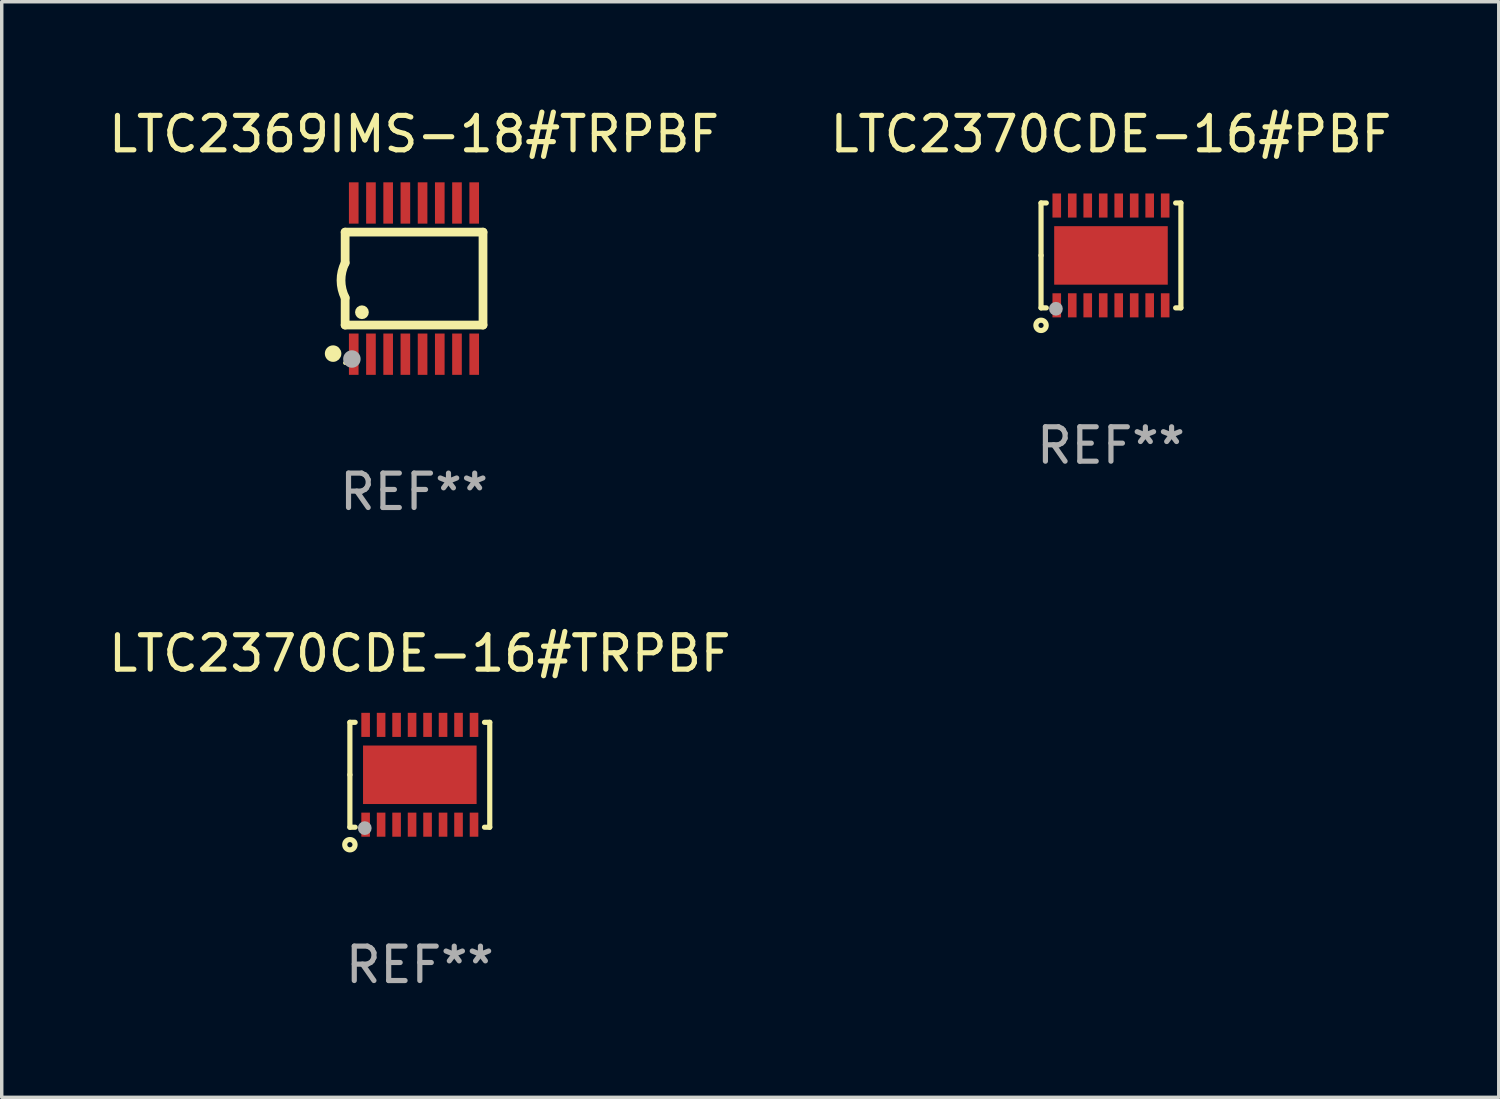
<source format=kicad_pcb>
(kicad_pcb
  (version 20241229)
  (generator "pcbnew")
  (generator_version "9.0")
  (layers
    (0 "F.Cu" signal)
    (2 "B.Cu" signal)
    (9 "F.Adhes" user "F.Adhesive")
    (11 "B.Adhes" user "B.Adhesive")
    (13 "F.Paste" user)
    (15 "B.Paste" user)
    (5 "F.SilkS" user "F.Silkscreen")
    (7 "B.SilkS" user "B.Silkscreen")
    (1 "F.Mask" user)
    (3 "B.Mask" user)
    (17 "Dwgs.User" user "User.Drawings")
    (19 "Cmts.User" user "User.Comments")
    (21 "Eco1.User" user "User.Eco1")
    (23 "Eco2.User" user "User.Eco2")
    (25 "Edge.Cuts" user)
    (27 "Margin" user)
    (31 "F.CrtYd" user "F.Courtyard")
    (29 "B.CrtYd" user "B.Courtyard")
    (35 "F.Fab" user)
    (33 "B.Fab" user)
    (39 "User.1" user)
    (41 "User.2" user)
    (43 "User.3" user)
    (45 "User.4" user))
  (footprint "LTC2370CDE-16#PBF"
    (layer "F.Cu")
    (at 29.232 4.372)
    (property "Reference" "LTC2370CDE-16#PBF" (at 0 -3.524 0) (layer "F.SilkS") (effects (font (size 1 1) (thickness 0.15))))
    (attr through_hole)
    (fp_line (start -2.032 -1.524) (end -1.879 -1.524) (stroke (width 0.15) (type solid)) (layer "F.SilkS"))
    (fp_line (start -2.032 0) (end -2.032 -1.524) (stroke (width 0.15) (type solid)) (layer "F.SilkS"))
    (fp_line (start -2.032 1.524) (end -2.032 0) (stroke (width 0.15) (type solid)) (layer "F.SilkS"))
    (fp_line (start -1.879 1.524) (end -2.032 1.524) (stroke (width 0.15) (type solid)) (layer "F.SilkS"))
    (fp_line (start 1.879 -1.524) (end 2.032 -1.524) (stroke (width 0.15) (type solid)) (layer "F.SilkS"))
    (fp_line (start 2.032 -1.524) (end 2.032 1.524) (stroke (width 0.15) (type solid)) (layer "F.SilkS"))
    (fp_line (start 2.032 1.524) (end 1.879 1.524) (stroke (width 0.15) (type solid)) (layer "F.SilkS"))
    (fp_circle (center -2.032 2.032) (end -1.882 2.032) (stroke (width 0.15) (type solid)) (fill no) (layer "F.SilkS"))
    (fp_circle (center -2 1.5) (end -1.97 1.5) (stroke (width 0.06) (type solid)) (fill no) (layer "F.SilkS"))
    (fp_circle (center -1.6 1.55) (end -1.5 1.55) (stroke (width 0.2) (type solid)) (fill no) (layer "F.Fab"))
    (fp_text user "REF**" (at 0 5.524 0) (layer "F.Fab") (effects (font (size 1 1) (thickness 0.15))))
    (pad "1" smd rect (at -1.575 1.45 90) (size 0.7 0.25) (layers "F.Cu" "F.Mask" "F.Paste"))
    (pad "2" smd rect (at -1.125 1.45 90) (size 0.7 0.25) (layers "F.Cu" "F.Mask" "F.Paste"))
    (pad "3" smd rect (at -0.675 1.45 90) (size 0.7 0.25) (layers "F.Cu" "F.Mask" "F.Paste"))
    (pad "4" smd rect (at -0.225 1.45 90) (size 0.7 0.25) (layers "F.Cu" "F.Mask" "F.Paste"))
    (pad "5" smd rect (at 0.225 1.45 90) (size 0.7 0.25) (layers "F.Cu" "F.Mask" "F.Paste"))
    (pad "6" smd rect (at 0.675 1.45 90) (size 0.7 0.25) (layers "F.Cu" "F.Mask" "F.Paste"))
    (pad "7" smd rect (at 1.125 1.45 90) (size 0.7 0.25) (layers "F.Cu" "F.Mask" "F.Paste"))
    (pad "8" smd rect (at 1.575 1.45 90) (size 0.7 0.25) (layers "F.Cu" "F.Mask" "F.Paste"))
    (pad "9" smd rect (at 1.575 -1.45 90) (size 0.7 0.25) (layers "F.Cu" "F.Mask" "F.Paste"))
    (pad "10" smd rect (at 1.125 -1.45 90) (size 0.7 0.25) (layers "F.Cu" "F.Mask" "F.Paste"))
    (pad "11" smd rect (at 0.675 -1.45 90) (size 0.7 0.25) (layers "F.Cu" "F.Mask" "F.Paste"))
    (pad "12" smd rect (at 0.225 -1.45 90) (size 0.7 0.25) (layers "F.Cu" "F.Mask" "F.Paste"))
    (pad "13" smd rect (at -0.225 -1.45 90) (size 0.7 0.25) (layers "F.Cu" "F.Mask" "F.Paste"))
    (pad "14" smd rect (at -0.675 -1.45 90) (size 0.7 0.25) (layers "F.Cu" "F.Mask" "F.Paste"))
    (pad "15" smd rect (at -1.125 -1.45 90) (size 0.7 0.25) (layers "F.Cu" "F.Mask" "F.Paste"))
    (pad "16" smd rect (at -1.575 -1.45 90) (size 0.7 0.25) (layers "F.Cu" "F.Mask" "F.Paste"))
    (pad "17" smd rect (at 0.000127 0 90) (size 1.7 3.3) (layers "F.Cu" "F.Mask" "F.Paste")))
  (footprint "LTC2370CDE-16#TRPBF"
    (layer "F.Cu")
    (at 9.149 19.463)
    (property "Reference" "LTC2370CDE-16#TRPBF" (at 0 -3.524 0) (layer "F.SilkS") (effects (font (size 1 1) (thickness 0.15))))
    (attr through_hole)
    (fp_line (start -2.032 -1.524) (end -1.879 -1.524) (stroke (width 0.15) (type solid)) (layer "F.SilkS"))
    (fp_line (start -2.032 0) (end -2.032 -1.524) (stroke (width 0.15) (type solid)) (layer "F.SilkS"))
    (fp_line (start -2.032 1.524) (end -2.032 0) (stroke (width 0.15) (type solid)) (layer "F.SilkS"))
    (fp_line (start -1.879 1.524) (end -2.032 1.524) (stroke (width 0.15) (type solid)) (layer "F.SilkS"))
    (fp_line (start 1.879 -1.524) (end 2.032 -1.524) (stroke (width 0.15) (type solid)) (layer "F.SilkS"))
    (fp_line (start 2.032 -1.524) (end 2.032 1.524) (stroke (width 0.15) (type solid)) (layer "F.SilkS"))
    (fp_line (start 2.032 1.524) (end 1.879 1.524) (stroke (width 0.15) (type solid)) (layer "F.SilkS"))
    (fp_circle (center -2.032 2.032) (end -1.882 2.032) (stroke (width 0.15) (type solid)) (fill no) (layer "F.SilkS"))
    (fp_circle (center -2 1.5) (end -1.97 1.5) (stroke (width 0.06) (type solid)) (fill no) (layer "F.SilkS"))
    (fp_circle (center -1.6 1.55) (end -1.5 1.55) (stroke (width 0.2) (type solid)) (fill no) (layer "F.Fab"))
    (fp_text user "REF**" (at 0 5.524 0) (layer "F.Fab") (effects (font (size 1 1) (thickness 0.15))))
    (pad "1" smd rect (at -1.575 1.45 90) (size 0.7 0.25) (layers "F.Cu" "F.Mask" "F.Paste"))
    (pad "2" smd rect (at -1.125 1.45 90) (size 0.7 0.25) (layers "F.Cu" "F.Mask" "F.Paste"))
    (pad "3" smd rect (at -0.675 1.45 90) (size 0.7 0.25) (layers "F.Cu" "F.Mask" "F.Paste"))
    (pad "4" smd rect (at -0.225 1.45 90) (size 0.7 0.25) (layers "F.Cu" "F.Mask" "F.Paste"))
    (pad "5" smd rect (at 0.225 1.45 90) (size 0.7 0.25) (layers "F.Cu" "F.Mask" "F.Paste"))
    (pad "6" smd rect (at 0.675 1.45 90) (size 0.7 0.25) (layers "F.Cu" "F.Mask" "F.Paste"))
    (pad "7" smd rect (at 1.125 1.45 90) (size 0.7 0.25) (layers "F.Cu" "F.Mask" "F.Paste"))
    (pad "8" smd rect (at 1.575 1.45 90) (size 0.7 0.25) (layers "F.Cu" "F.Mask" "F.Paste"))
    (pad "9" smd rect (at 1.575 -1.45 90) (size 0.7 0.25) (layers "F.Cu" "F.Mask" "F.Paste"))
    (pad "10" smd rect (at 1.125 -1.45 90) (size 0.7 0.25) (layers "F.Cu" "F.Mask" "F.Paste"))
    (pad "11" smd rect (at 0.675 -1.45 90) (size 0.7 0.25) (layers "F.Cu" "F.Mask" "F.Paste"))
    (pad "12" smd rect (at 0.225 -1.45 90) (size 0.7 0.25) (layers "F.Cu" "F.Mask" "F.Paste"))
    (pad "13" smd rect (at -0.225 -1.45 90) (size 0.7 0.25) (layers "F.Cu" "F.Mask" "F.Paste"))
    (pad "14" smd rect (at -0.675 -1.45 90) (size 0.7 0.25) (layers "F.Cu" "F.Mask" "F.Paste"))
    (pad "15" smd rect (at -1.125 -1.45 90) (size 0.7 0.25) (layers "F.Cu" "F.Mask" "F.Paste"))
    (pad "16" smd rect (at -1.575 -1.45 90) (size 0.7 0.25) (layers "F.Cu" "F.Mask" "F.Paste"))
    (pad "17" smd rect (at 0.000127 0 90) (size 1.7 3.3) (layers "F.Cu" "F.Mask" "F.Paste")))
  (footprint "LTC2369IMS-18#TRPBF"
    (layer "F.Cu")
    (at 8.982 5.045)
    (property "Reference" "LTC2369IMS-18#TRPBF" (at 0 -4.197 0) (layer "F.SilkS") (effects (font (size 1 1) (thickness 0.15))))
    (attr through_hole)
    (fp_line (start -2.003 -1.35) (end -2.003 -0.457) (stroke (width 0.254) (type solid)) (layer "F.SilkS"))
    (fp_line (start -2.003 -1.35) (end 2.003 -1.35) (stroke (width 0.254) (type solid)) (layer "F.SilkS"))
    (fp_line (start -2.003 1.35) (end -2.003 0.559) (stroke (width 0.254) (type solid)) (layer "F.SilkS"))
    (fp_line (start -2.003 1.35) (end 2.003 1.35) (stroke (width 0.254) (type solid)) (layer "F.SilkS"))
    (fp_line (start 2.003 -1.35) (end 2.003 1.35) (stroke (width 0.254) (type solid)) (layer "F.SilkS"))
    (fp_arc (start -2.002286 0.558802) (mid -2.122556 0.05092) (end -2.003302 -0.457201) (stroke (width 0.254001) (type solid)) (layer "F.SilkS"))
    (fp_circle (center -2.353 2.18) (end -2.233 2.18) (stroke (width 0.24) (type solid)) (fill no) (layer "F.SilkS"))
    (fp_circle (center -2.003 2.45) (end -1.973 2.45) (stroke (width 0.06) (type solid)) (fill no) (layer "F.SilkS"))
    (fp_circle (center -1.515 0.978) (end -1.415 0.978) (stroke (width 0.2) (type solid)) (fill no) (layer "F.SilkS"))
    (fp_circle (center -1.807 2.337) (end -1.68 2.337) (stroke (width 0.254) (type solid)) (fill no) (layer "F.Fab"))
    (fp_text user "REF**" (at 0 6.197 0) (layer "F.Fab") (effects (font (size 1 1) (thickness 0.15))))
    (pad "1" smd rect (at -1.753 2.197 90) (size 1.2 0.28) (layers "F.Cu" "F.Mask" "F.Paste"))
    (pad "2" smd rect (at -1.253 2.197 90) (size 1.2 0.28) (layers "F.Cu" "F.Mask" "F.Paste"))
    (pad "3" smd rect (at -0.753 2.197 90) (size 1.2 0.28) (layers "F.Cu" "F.Mask" "F.Paste"))
    (pad "4" smd rect (at -0.253 2.197 90) (size 1.2 0.28) (layers "F.Cu" "F.Mask" "F.Paste"))
    (pad "5" smd rect (at 0.247 2.197 90) (size 1.2 0.28) (layers "F.Cu" "F.Mask" "F.Paste"))
    (pad "6" smd rect (at 0.747 2.197 90) (size 1.2 0.28) (layers "F.Cu" "F.Mask" "F.Paste"))
    (pad "7" smd rect (at 1.247 2.197 90) (size 1.2 0.28) (layers "F.Cu" "F.Mask" "F.Paste"))
    (pad "8" smd rect (at 1.747 2.197 90) (size 1.2 0.28) (layers "F.Cu" "F.Mask" "F.Paste"))
    (pad "9" smd rect (at 1.747 -2.197 90) (size 1.2 0.28) (layers "F.Cu" "F.Mask" "F.Paste"))
    (pad "10" smd rect (at 1.247 -2.197 90) (size 1.2 0.28) (layers "F.Cu" "F.Mask" "F.Paste"))
    (pad "11" smd rect (at 0.747 -2.197 90) (size 1.2 0.28) (layers "F.Cu" "F.Mask" "F.Paste"))
    (pad "12" smd rect (at 0.247 -2.197 90) (size 1.2 0.28) (layers "F.Cu" "F.Mask" "F.Paste"))
    (pad "13" smd rect (at -0.253 -2.197 90) (size 1.2 0.28) (layers "F.Cu" "F.Mask" "F.Paste"))
    (pad "14" smd rect (at -0.753 -2.197 90) (size 1.2 0.28) (layers "F.Cu" "F.Mask" "F.Paste"))
    (pad "15" smd rect (at -1.253 -2.197 90) (size 1.2 0.28) (layers "F.Cu" "F.Mask" "F.Paste"))
    (pad "16" smd rect (at -1.753 -2.197 90) (size 1.2 0.28) (layers "F.Cu" "F.Mask" "F.Paste")))
  (gr_rect
    (start -3 -3)
    (end 40.5 28.835)
    (stroke (width 0.1) (type default))
    (fill no)
    (layer "Edge.Cuts")))
</source>
